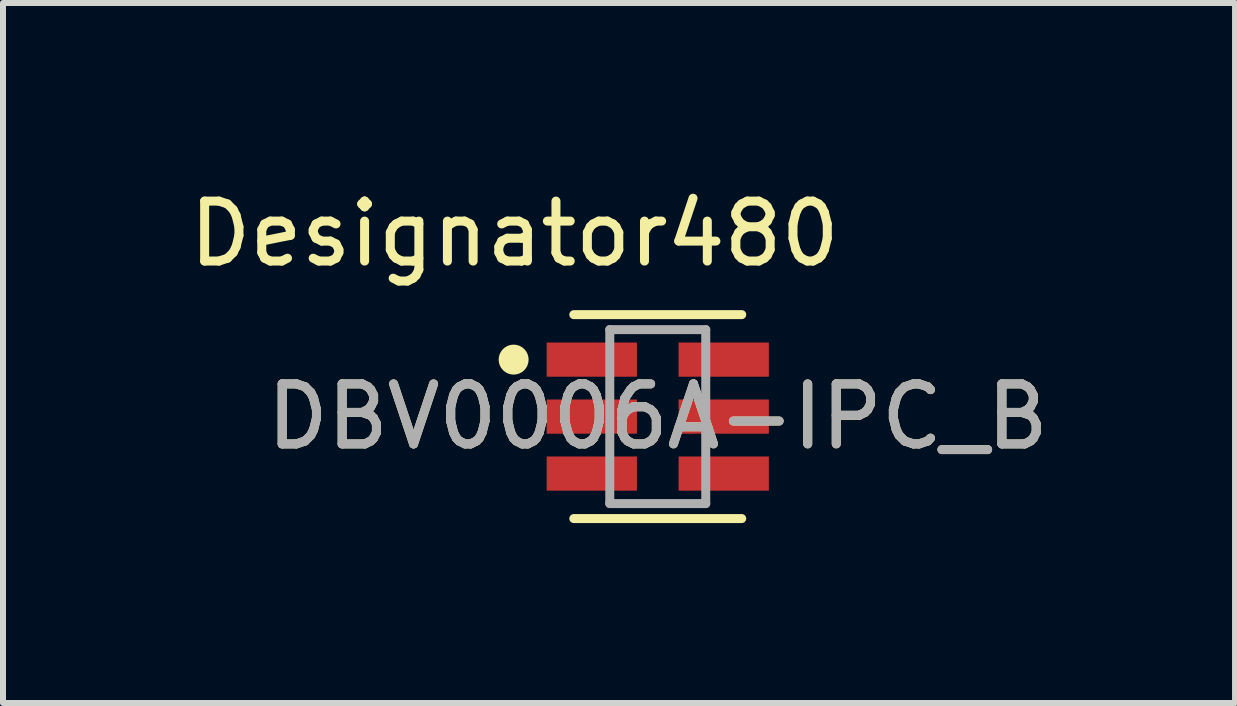
<source format=kicad_pcb>
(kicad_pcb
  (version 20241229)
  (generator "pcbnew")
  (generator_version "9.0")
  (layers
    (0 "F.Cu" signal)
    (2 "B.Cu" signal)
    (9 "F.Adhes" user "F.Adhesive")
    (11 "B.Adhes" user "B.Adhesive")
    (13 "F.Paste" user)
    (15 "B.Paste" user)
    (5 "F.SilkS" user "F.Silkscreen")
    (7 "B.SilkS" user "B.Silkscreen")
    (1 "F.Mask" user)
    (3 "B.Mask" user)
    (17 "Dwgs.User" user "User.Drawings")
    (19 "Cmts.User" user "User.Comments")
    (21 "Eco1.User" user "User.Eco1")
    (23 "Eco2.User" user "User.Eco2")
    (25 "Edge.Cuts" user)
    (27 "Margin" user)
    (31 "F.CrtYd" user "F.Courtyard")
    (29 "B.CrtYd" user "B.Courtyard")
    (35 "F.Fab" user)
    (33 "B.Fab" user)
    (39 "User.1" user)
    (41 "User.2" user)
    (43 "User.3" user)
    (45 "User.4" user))
  (footprint "DBV0006A-IPC_B"
    (layer "F.Cu")
    (at 7.917 3.896)
    (property "Reference" "DBV0006A-IPC_B" (at 0 0 0) (unlocked yes) (layer "F.SilkS") (effects (font (size 1 1) (thickness 0.15))))
    (attr smd)
    (fp_line (start -1.4 -1.7) (end 1.4 -1.7) (stroke (width 0.15) (type solid)) (layer "F.SilkS"))
    (fp_line (start -1.4 1.7) (end 1.4 1.7) (stroke (width 0.15) (type solid)) (layer "F.SilkS"))
    (fp_circle (center -2.403 -0.95) (end -2.278 -0.95) (stroke (width 0.25) (type solid)) (fill no) (layer "F.SilkS"))
    (fp_line (start -0.8 -1.45) (end 0.8 -1.45) (stroke (width 0.15) (type solid)) (layer "F.Fab"))
    (fp_line (start -0.8 1.45) (end -0.8 -1.45) (stroke (width 0.15) (type solid)) (layer "F.Fab"))
    (fp_line (start -0.8 1.45) (end 0.8 1.45) (stroke (width 0.15) (type solid)) (layer "F.Fab"))
    (fp_line (start 0.8 1.45) (end 0.8 -1.45) (stroke (width 0.15) (type solid)) (layer "F.Fab"))
    (fp_text user "Designator480" (at -2.388 -3.048 0) (unlocked yes) (layer "F.SilkS") (effects (font (size 1 1) (thickness 0.15))))
    (fp_text user "${REFERENCE}" (at 0 0 0) (unlocked yes) (layer "F.Fab") (effects (font (size 1 1) (thickness 0.15))))
    (pad "1" smd rect (at -1.1 -0.95) (size 1.505 0.57) (layers "F.Cu" "F.Mask" "F.Paste"))
    (pad "2" smd rect (at -1.1 0) (size 1.505 0.57) (layers "F.Cu" "F.Mask" "F.Paste"))
    (pad "3" smd rect (at -1.1 0.95) (size 1.505 0.57) (layers "F.Cu" "F.Mask" "F.Paste"))
    (pad "4" smd rect (at 1.1 0.95) (size 1.505 0.57) (layers "F.Cu" "F.Mask" "F.Paste"))
    (pad "5" smd rect (at 1.1 0) (size 1.505 0.57) (layers "F.Cu" "F.Mask" "F.Paste"))
    (pad "6" smd rect (at 1.1 -0.95) (size 1.505 0.57) (layers "F.Cu" "F.Mask" "F.Paste")))
  (gr_rect
    (start -3 -3)
    (end 17.542 8.671)
    (stroke (width 0.1) (type default))
    (fill no)
    (layer "Edge.Cuts")))
</source>
